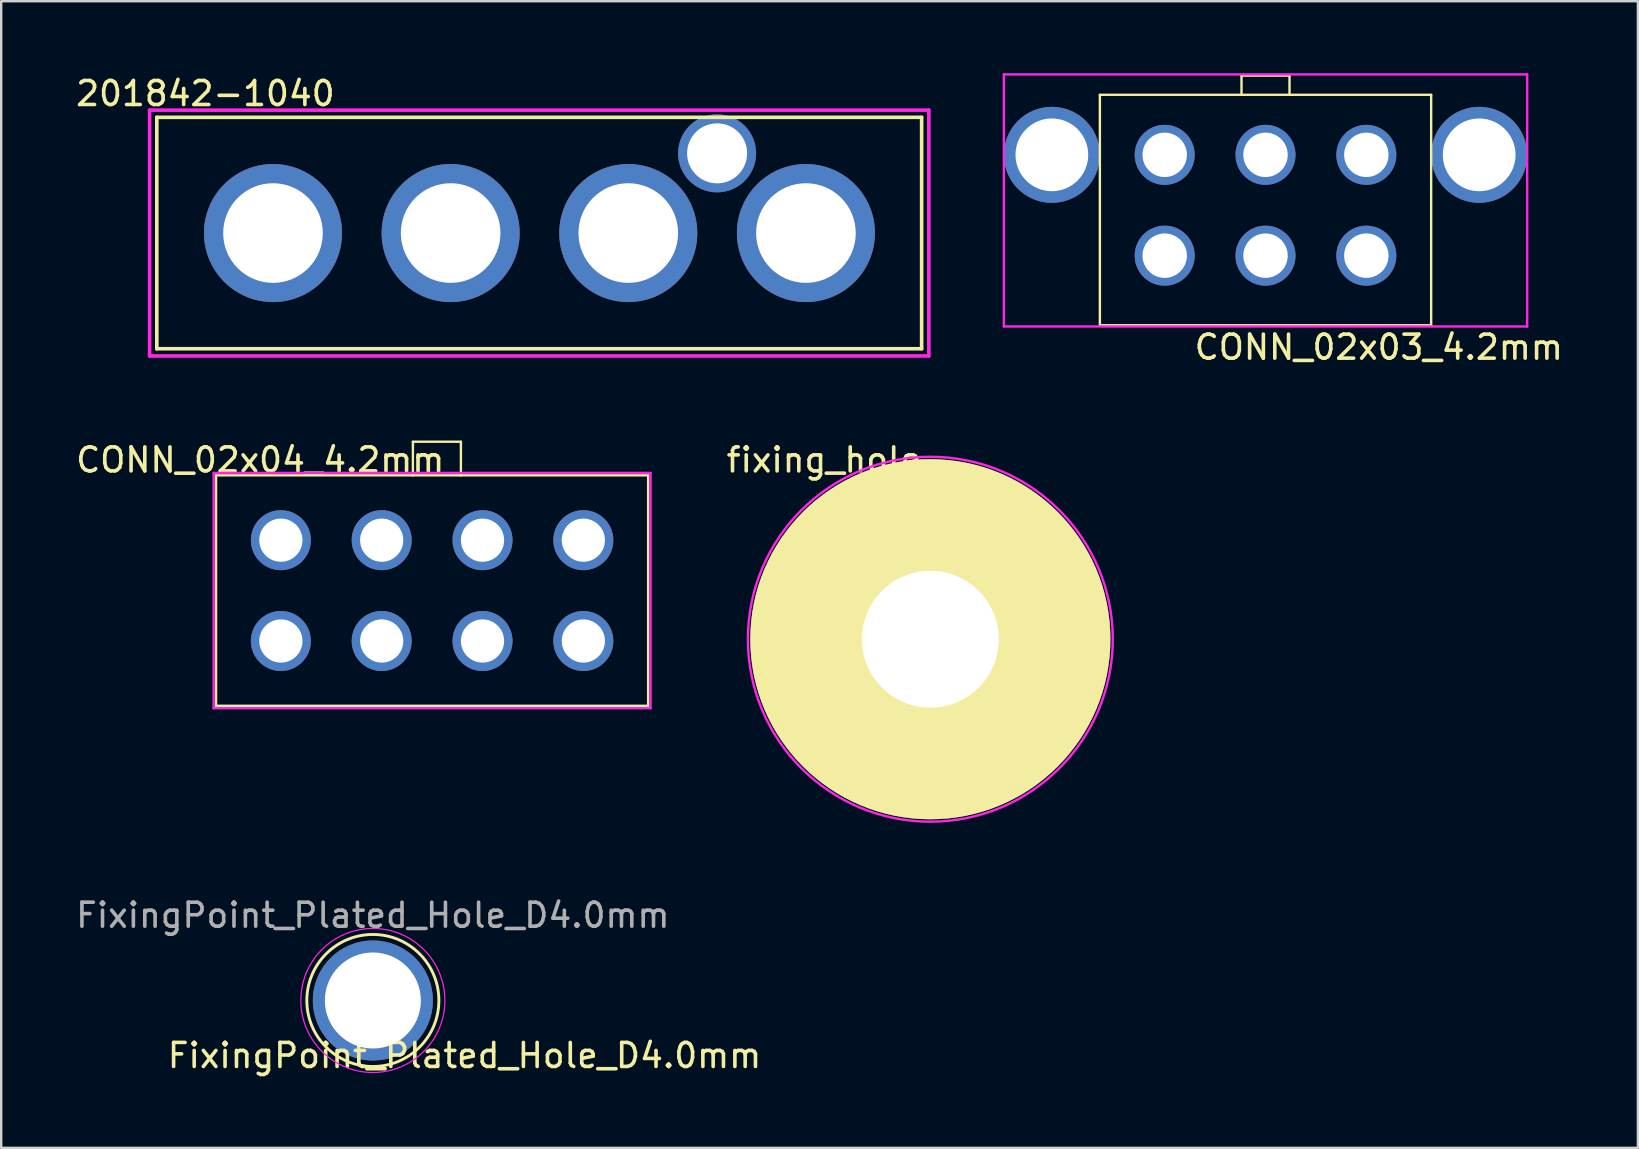
<source format=kicad_pcb>
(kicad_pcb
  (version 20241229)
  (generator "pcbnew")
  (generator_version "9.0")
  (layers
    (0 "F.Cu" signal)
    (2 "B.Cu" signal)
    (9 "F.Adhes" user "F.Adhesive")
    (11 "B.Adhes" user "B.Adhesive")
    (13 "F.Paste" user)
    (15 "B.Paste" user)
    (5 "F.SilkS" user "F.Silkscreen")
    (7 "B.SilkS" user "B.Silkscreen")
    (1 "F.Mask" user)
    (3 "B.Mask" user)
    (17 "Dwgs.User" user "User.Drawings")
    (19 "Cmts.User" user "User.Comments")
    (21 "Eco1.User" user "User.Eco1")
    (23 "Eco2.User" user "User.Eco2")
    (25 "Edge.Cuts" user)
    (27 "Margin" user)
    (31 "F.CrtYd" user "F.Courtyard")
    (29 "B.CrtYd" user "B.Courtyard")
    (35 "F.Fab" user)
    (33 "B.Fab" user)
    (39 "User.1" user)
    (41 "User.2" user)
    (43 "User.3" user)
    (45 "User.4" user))
  (footprint "FixingPoint_Plated_Hole_D4.0mm"
    (layer "F.Cu")
    (at 12.482 38.627)
    (property "Reference" "FixingPoint_Plated_Hole_D4.0mm" (at 3.819 2.292 0) (layer "F.SilkS") (effects (font (size 1 1) (thickness 0.15))))
    (attr exclude_from_pos_files exclude_from_bom)
    (fp_circle (center 0 0) (end 0 2.75) (stroke (width 0.12) (type solid)) (fill no) (layer "F.SilkS"))
    (fp_circle (center 0 0) (end 3 0) (stroke (width 0.05) (type solid)) (fill no) (layer "F.CrtYd"))
    (fp_text user "${REFERENCE}" (at 0 -3.55 0) (layer "F.Fab") (effects (font (size 1 1) (thickness 0.15))))
    (pad "1" thru_hole circle (at 0 0) (size 5 5) (drill 4) (layers "*.Cu" "*.Mask")))
  (footprint "CONN_02x04_4.2mm"
    (layer "F.Cu")
    (at 5.95 26.352)
    (property "Reference" "CONN_02x04_4.2mm" (at 1.841 -10.241 0) (layer "F.SilkS") (effects (font (size 1 1) (thickness 0.15))))
    (attr through_hole)
    (fp_line (start 0 -9.6) (end 18 -9.6) (stroke (width 0.1) (type solid)) (layer "F.SilkS"))
    (fp_line (start 0 0) (end 0 -9.6) (stroke (width 0.1) (type solid)) (layer "F.SilkS"))
    (fp_line (start 0 0) (end 18 0) (stroke (width 0.1) (type solid)) (layer "F.SilkS"))
    (fp_line (start 8.2 -11) (end 8.2 -9.6) (stroke (width 0.1) (type solid)) (layer "F.SilkS"))
    (fp_line (start 8.2 -11) (end 10.2 -11) (stroke (width 0.1) (type solid)) (layer "F.SilkS"))
    (fp_line (start 10.2 -11) (end 10.2 -9.6) (stroke (width 0.1) (type solid)) (layer "F.SilkS"))
    (fp_line (start 18 0) (end 18 -9.6) (stroke (width 0.1) (type solid)) (layer "F.SilkS"))
    (fp_line (start -0.1 -9.7) (end -0.1 0.1) (stroke (width 0.1) (type solid)) (layer "F.CrtYd"))
    (fp_line (start -0.1 0.1) (end 18.1 0.1) (stroke (width 0.1) (type solid)) (layer "F.CrtYd"))
    (fp_line (start 18.1 -9.7) (end -0.1 -9.7) (stroke (width 0.1) (type solid)) (layer "F.CrtYd"))
    (fp_line (start 18.1 0.1) (end 18.1 -9.7) (stroke (width 0.1) (type solid)) (layer "F.CrtYd"))
    (pad "1" thru_hole circle (at 15.3 -2.7) (size 2.5 2.5) (drill 1.8) (layers "*.Cu" "*.Mask"))
    (pad "2" thru_hole circle (at 11.1 -2.7) (size 2.5 2.5) (drill 1.8) (layers "*.Cu" "*.Mask"))
    (pad "3" thru_hole circle (at 6.9 -2.7) (size 2.5 2.5) (drill 1.8) (layers "*.Cu" "*.Mask"))
    (pad "4" thru_hole circle (at 2.7 -2.7) (size 2.5 2.5) (drill 1.8) (layers "*.Cu" "*.Mask"))
    (pad "5" thru_hole circle (at 15.3 -6.9) (size 2.5 2.5) (drill 1.8) (layers "*.Cu" "*.Mask"))
    (pad "6" thru_hole circle (at 11.1 -6.9) (size 2.5 2.5) (drill 1.8) (layers "*.Cu" "*.Mask"))
    (pad "7" thru_hole circle (at 6.9 -6.9) (size 2.5 2.5) (drill 1.8) (layers "*.Cu" "*.Mask"))
    (pad "8" thru_hole circle (at 2.7 -6.9) (size 2.5 2.5) (drill 1.8) (layers "*.Cu" "*.Mask")))
  (footprint "201842-1040"
    (layer "F.Cu")
    (at 3.482 11.478)
    (property "Reference" "201842-1040" (at 2.024 -10.63 0) (layer "F.SilkS") (effects (font (size 1 1) (thickness 0.15))))
    (attr through_hole)
    (fp_line (start 0 -9.64) (end 0 0) (stroke (width 0.15) (type solid)) (layer "F.SilkS"))
    (fp_line (start 0 -9.64) (end 31.86 -9.64) (stroke (width 0.15) (type solid)) (layer "F.SilkS"))
    (fp_line (start 0 0) (end 31.86 0) (stroke (width 0.15) (type solid)) (layer "F.SilkS"))
    (fp_line (start 31.86 0) (end 31.86 -9.64) (stroke (width 0.15) (type solid)) (layer "F.SilkS"))
    (fp_line (start -0.3 -9.94) (end 32.16 -9.94) (stroke (width 0.15) (type solid)) (layer "F.CrtYd"))
    (fp_line (start -0.3 0.3) (end -0.3 -9.94) (stroke (width 0.15) (type solid)) (layer "F.CrtYd"))
    (fp_line (start 32.16 -9.94) (end 32.16 0.3) (stroke (width 0.15) (type solid)) (layer "F.CrtYd"))
    (fp_line (start 32.16 0.3) (end -0.3 0.3) (stroke (width 0.15) (type solid)) (layer "F.CrtYd"))
    (pad "" np_thru_hole circle (at 23.34 -8.14) (size 3.25 3.25) (drill 2.5) (layers "*.Cu" "*.Mask"))
    (pad "1" thru_hole circle (at 27.04 -4.82) (size 5.75 5.75) (drill 4.15) (layers "*.Cu" "*.Mask"))
    (pad "2" thru_hole circle (at 19.64 -4.82) (size 5.75 5.75) (drill 4.15) (layers "*.Cu" "*.Mask"))
    (pad "3" thru_hole circle (at 12.24 -4.82) (size 5.75 5.75) (drill 4.15) (layers "*.Cu" "*.Mask"))
    (pad "4" thru_hole circle (at 4.84 -4.82) (size 5.75 5.75) (drill 4.15) (layers "*.Cu" "*.Mask")))
  (footprint "fixing_hole"
    (layer "F.Cu")
    (at 35.705 23.578)
    (property "Reference" "fixing_hole" (at -4.432 -7.468 0) (layer "F.SilkS") (effects (font (size 1 1) (thickness 0.15))))
    (attr through_hole)
    (fp_circle (center 0 0) (end 7.6 0) (stroke (width 0.1) (type solid)) (fill no) (layer "F.CrtYd"))
    (pad "1" thru_hole circle (at 0 0) (size 15 15) (drill 5.7) (layers "*.Cu" "*.Mask" "F.SilkS")))
  (footprint "CONN_02x03_4.2mm"
    (layer "F.Cu")
    (at 42.767 10.5)
    (property "Reference" "CONN_02x03_4.2mm" (at 11.62 0.914 0) (layer "F.SilkS") (effects (font (size 1 1) (thickness 0.15))))
    (attr through_hole)
    (fp_line (start 0 -9.6) (end 0 0) (stroke (width 0.1) (type solid)) (layer "F.SilkS"))
    (fp_line (start 0 0) (end 13.8 0) (stroke (width 0.1) (type solid)) (layer "F.SilkS"))
    (fp_line (start 5.9 -10.4) (end 7.9 -10.4) (stroke (width 0.1) (type solid)) (layer "F.SilkS"))
    (fp_line (start 5.9 -9.6) (end 5.9 -10.4) (stroke (width 0.1) (type solid)) (layer "F.SilkS"))
    (fp_line (start 7.9 -10.4) (end 7.9 -9.6) (stroke (width 0.1) (type solid)) (layer "F.SilkS"))
    (fp_line (start 13.8 -9.6) (end 0 -9.6) (stroke (width 0.1) (type solid)) (layer "F.SilkS"))
    (fp_line (start 13.8 0) (end 13.8 -9.6) (stroke (width 0.1) (type solid)) (layer "F.SilkS"))
    (fp_line (start -4 -10.45) (end -4 0.05) (stroke (width 0.1) (type solid)) (layer "F.CrtYd"))
    (fp_line (start -4 0.05) (end 17.8 0.05) (stroke (width 0.1) (type solid)) (layer "F.CrtYd"))
    (fp_line (start 17.8 -10.45) (end -4 -10.45) (stroke (width 0.1) (type solid)) (layer "F.CrtYd"))
    (fp_line (start 17.8 0.05) (end 17.8 -10.45) (stroke (width 0.1) (type solid)) (layer "F.CrtYd"))
    (pad "" np_thru_hole circle (at -2 -7.1) (size 4 4) (drill 3.03) (layers "*.Cu" "*.Mask"))
    (pad "" np_thru_hole circle (at 15.8 -7.1) (size 4 4) (drill 3.03) (layers "*.Cu" "*.Mask"))
    (pad "1" thru_hole circle (at 11.1 -2.9) (size 2.5 2.5) (drill 1.85) (layers "*.Cu" "*.Mask"))
    (pad "2" thru_hole circle (at 6.9 -2.9) (size 2.5 2.5) (drill 1.85) (layers "*.Cu" "*.Mask"))
    (pad "3" thru_hole circle (at 2.7 -2.9) (size 2.5 2.5) (drill 1.85) (layers "*.Cu" "*.Mask"))
    (pad "4" thru_hole circle (at 11.1 -7.1) (size 2.5 2.5) (drill 1.85) (layers "*.Cu" "*.Mask"))
    (pad "5" thru_hole circle (at 6.9 -7.1) (size 2.5 2.5) (drill 1.85) (layers "*.Cu" "*.Mask"))
    (pad "6" thru_hole circle (at 2.7 -7.1) (size 2.5 2.5) (drill 1.85) (layers "*.Cu" "*.Mask")))
  (gr_rect
    (start -3 -3)
    (end 65.179 44.767)
    (stroke (width 0.1) (type default))
    (fill no)
    (layer "Edge.Cuts")))
</source>
